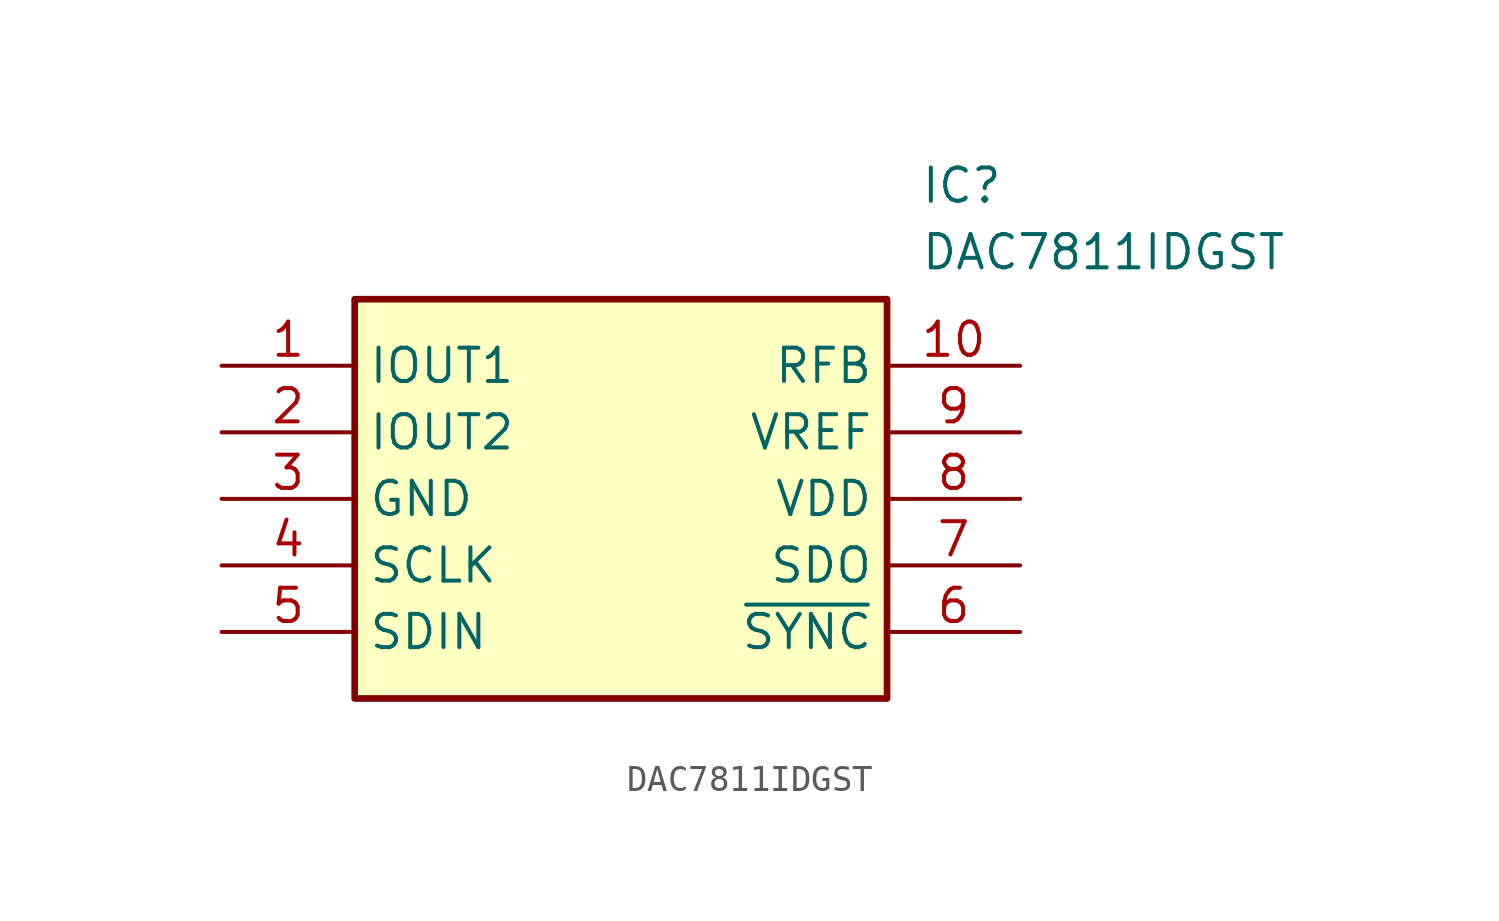
<source format=kicad_sym>
(kicad_symbol_lib
  (version 20211014)
  (generator SamacSys_ECAD_Model)
  (symbol "DAC7811IDGST"
    (property "Reference" "IC"
      (at 26.67 7.62 0)
      (effects (font (size 1.27 1.27)) (justify left top)))
    (property "Value" "DAC7811IDGST"
      (at 26.67 5.08 0)
      (effects (font (size 1.27 1.27)) (justify left top)))
    (rectangle
      (start 5.08 2.54)
      (end 25.4 -12.7)
      (stroke (width 0.254) (type default))
      (fill (type background)))
    (pin passive line
      (at 0 0 0)
      (length 5.08)
      (name "IOUT1" (effects (font (size 1.27 1.27))))
      (number "1" (effects (font (size 1.27 1.27)))))
    (pin passive line
      (at 0 -2.54 0)
      (length 5.08)
      (name "IOUT2" (effects (font (size 1.27 1.27))))
      (number "2" (effects (font (size 1.27 1.27)))))
    (pin passive line
      (at 0 -5.08 0)
      (length 5.08)
      (name "GND" (effects (font (size 1.27 1.27))))
      (number "3" (effects (font (size 1.27 1.27)))))
    (pin passive line
      (at 0 -7.62 0)
      (length 5.08)
      (name "SCLK" (effects (font (size 1.27 1.27))))
      (number "4" (effects (font (size 1.27 1.27)))))
    (pin passive line
      (at 0 -10.16 0)
      (length 5.08)
      (name "SDIN" (effects (font (size 1.27 1.27))))
      (number "5" (effects (font (size 1.27 1.27)))))
    (pin passive line
      (at 30.48 0 180)
      (length 5.08)
      (name "RFB" (effects (font (size 1.27 1.27))))
      (number "10" (effects (font (size 1.27 1.27)))))
    (pin passive line
      (at 30.48 -2.54 180)
      (length 5.08)
      (name "VREF" (effects (font (size 1.27 1.27))))
      (number "9" (effects (font (size 1.27 1.27)))))
    (pin passive line
      (at 30.48 -5.08 180)
      (length 5.08)
      (name "VDD" (effects (font (size 1.27 1.27))))
      (number "8" (effects (font (size 1.27 1.27)))))
    (pin passive line
      (at 30.48 -7.62 180)
      (length 5.08)
      (name "SDO" (effects (font (size 1.27 1.27))))
      (number "7" (effects (font (size 1.27 1.27)))))
    (pin passive line
      (at 30.48 -10.16 180)
      (length 5.08)
      (name "~{SYNC}" (effects (font (size 1.27 1.27))))
      (number "6" (effects (font (size 1.27 1.27)))))))
</source>
